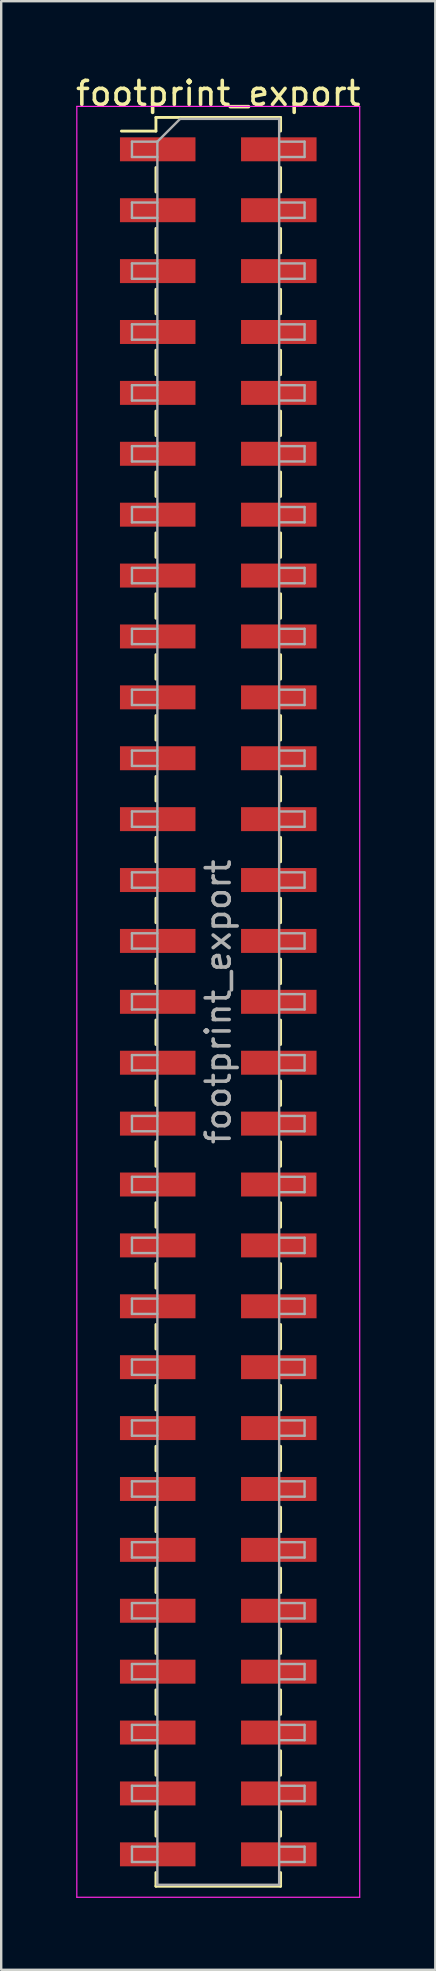
<source format=kicad_pcb>
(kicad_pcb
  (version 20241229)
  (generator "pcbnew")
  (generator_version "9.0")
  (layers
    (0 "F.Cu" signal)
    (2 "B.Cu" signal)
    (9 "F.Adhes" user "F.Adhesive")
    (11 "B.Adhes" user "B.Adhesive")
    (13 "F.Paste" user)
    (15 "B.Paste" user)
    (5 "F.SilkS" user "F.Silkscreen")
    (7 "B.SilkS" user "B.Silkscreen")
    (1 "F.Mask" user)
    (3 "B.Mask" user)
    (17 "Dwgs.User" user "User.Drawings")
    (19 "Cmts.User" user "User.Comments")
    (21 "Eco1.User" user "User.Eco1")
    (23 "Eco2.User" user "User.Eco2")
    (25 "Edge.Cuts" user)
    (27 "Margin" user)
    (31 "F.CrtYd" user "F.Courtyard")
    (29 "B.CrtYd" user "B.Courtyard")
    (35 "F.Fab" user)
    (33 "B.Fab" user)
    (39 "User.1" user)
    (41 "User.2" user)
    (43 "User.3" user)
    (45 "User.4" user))
  (footprint "footprint_export"
    (layer "F.Cu")
    (at 6.054 38.738)
    (property "Reference" "footprint_export" (at 0 -37.89 0) (layer "F.SilkS") (effects (font (size 1 1) (thickness 0.15))))
    (attr smd)
    (fp_line (start -4.04 -36.32) (end -2.6 -36.32) (stroke (width 0.12) (type solid)) (layer "F.SilkS"))
    (fp_line (start -2.6 -36.89) (end -2.6 -36.32) (stroke (width 0.12) (type solid)) (layer "F.SilkS"))
    (fp_line (start -2.6 -36.89) (end 2.6 -36.89) (stroke (width 0.12) (type solid)) (layer "F.SilkS"))
    (fp_line (start -2.6 -34.8) (end -2.6 -33.78) (stroke (width 0.12) (type solid)) (layer "F.SilkS"))
    (fp_line (start -2.6 -32.26) (end -2.6 -31.24) (stroke (width 0.12) (type solid)) (layer "F.SilkS"))
    (fp_line (start -2.6 -29.72) (end -2.6 -28.7) (stroke (width 0.12) (type solid)) (layer "F.SilkS"))
    (fp_line (start -2.6 -27.18) (end -2.6 -26.16) (stroke (width 0.12) (type solid)) (layer "F.SilkS"))
    (fp_line (start -2.6 -24.64) (end -2.6 -23.62) (stroke (width 0.12) (type solid)) (layer "F.SilkS"))
    (fp_line (start -2.6 -22.1) (end -2.6 -21.08) (stroke (width 0.12) (type solid)) (layer "F.SilkS"))
    (fp_line (start -2.6 -19.56) (end -2.6 -18.54) (stroke (width 0.12) (type solid)) (layer "F.SilkS"))
    (fp_line (start -2.6 -17.02) (end -2.6 -16) (stroke (width 0.12) (type solid)) (layer "F.SilkS"))
    (fp_line (start -2.6 -14.48) (end -2.6 -13.46) (stroke (width 0.12) (type solid)) (layer "F.SilkS"))
    (fp_line (start -2.6 -11.94) (end -2.6 -10.92) (stroke (width 0.12) (type solid)) (layer "F.SilkS"))
    (fp_line (start -2.6 -9.4) (end -2.6 -8.38) (stroke (width 0.12) (type solid)) (layer "F.SilkS"))
    (fp_line (start -2.6 -6.86) (end -2.6 -5.84) (stroke (width 0.12) (type solid)) (layer "F.SilkS"))
    (fp_line (start -2.6 -4.32) (end -2.6 -3.3) (stroke (width 0.12) (type solid)) (layer "F.SilkS"))
    (fp_line (start -2.6 -1.78) (end -2.6 -0.76) (stroke (width 0.12) (type solid)) (layer "F.SilkS"))
    (fp_line (start -2.6 0.76) (end -2.6 1.78) (stroke (width 0.12) (type solid)) (layer "F.SilkS"))
    (fp_line (start -2.6 3.3) (end -2.6 4.32) (stroke (width 0.12) (type solid)) (layer "F.SilkS"))
    (fp_line (start -2.6 5.84) (end -2.6 6.86) (stroke (width 0.12) (type solid)) (layer "F.SilkS"))
    (fp_line (start -2.6 8.38) (end -2.6 9.4) (stroke (width 0.12) (type solid)) (layer "F.SilkS"))
    (fp_line (start -2.6 10.92) (end -2.6 11.94) (stroke (width 0.12) (type solid)) (layer "F.SilkS"))
    (fp_line (start -2.6 13.46) (end -2.6 14.48) (stroke (width 0.12) (type solid)) (layer "F.SilkS"))
    (fp_line (start -2.6 16) (end -2.6 17.02) (stroke (width 0.12) (type solid)) (layer "F.SilkS"))
    (fp_line (start -2.6 18.54) (end -2.6 19.56) (stroke (width 0.12) (type solid)) (layer "F.SilkS"))
    (fp_line (start -2.6 21.08) (end -2.6 22.1) (stroke (width 0.12) (type solid)) (layer "F.SilkS"))
    (fp_line (start -2.6 23.62) (end -2.6 24.64) (stroke (width 0.12) (type solid)) (layer "F.SilkS"))
    (fp_line (start -2.6 26.16) (end -2.6 27.18) (stroke (width 0.12) (type solid)) (layer "F.SilkS"))
    (fp_line (start -2.6 28.7) (end -2.6 29.72) (stroke (width 0.12) (type solid)) (layer "F.SilkS"))
    (fp_line (start -2.6 31.24) (end -2.6 32.26) (stroke (width 0.12) (type solid)) (layer "F.SilkS"))
    (fp_line (start -2.6 33.78) (end -2.6 34.8) (stroke (width 0.12) (type solid)) (layer "F.SilkS"))
    (fp_line (start -2.6 36.32) (end -2.6 36.89) (stroke (width 0.12) (type solid)) (layer "F.SilkS"))
    (fp_line (start -2.6 36.89) (end 2.6 36.89) (stroke (width 0.12) (type solid)) (layer "F.SilkS"))
    (fp_line (start 2.6 -36.89) (end 2.6 -36.32) (stroke (width 0.12) (type solid)) (layer "F.SilkS"))
    (fp_line (start 2.6 -34.8) (end 2.6 -33.78) (stroke (width 0.12) (type solid)) (layer "F.SilkS"))
    (fp_line (start 2.6 -32.26) (end 2.6 -31.24) (stroke (width 0.12) (type solid)) (layer "F.SilkS"))
    (fp_line (start 2.6 -29.72) (end 2.6 -28.7) (stroke (width 0.12) (type solid)) (layer "F.SilkS"))
    (fp_line (start 2.6 -27.18) (end 2.6 -26.16) (stroke (width 0.12) (type solid)) (layer "F.SilkS"))
    (fp_line (start 2.6 -24.64) (end 2.6 -23.62) (stroke (width 0.12) (type solid)) (layer "F.SilkS"))
    (fp_line (start 2.6 -22.1) (end 2.6 -21.08) (stroke (width 0.12) (type solid)) (layer "F.SilkS"))
    (fp_line (start 2.6 -19.56) (end 2.6 -18.54) (stroke (width 0.12) (type solid)) (layer "F.SilkS"))
    (fp_line (start 2.6 -17.02) (end 2.6 -16) (stroke (width 0.12) (type solid)) (layer "F.SilkS"))
    (fp_line (start 2.6 -14.48) (end 2.6 -13.46) (stroke (width 0.12) (type solid)) (layer "F.SilkS"))
    (fp_line (start 2.6 -11.94) (end 2.6 -10.92) (stroke (width 0.12) (type solid)) (layer "F.SilkS"))
    (fp_line (start 2.6 -9.4) (end 2.6 -8.38) (stroke (width 0.12) (type solid)) (layer "F.SilkS"))
    (fp_line (start 2.6 -6.86) (end 2.6 -5.84) (stroke (width 0.12) (type solid)) (layer "F.SilkS"))
    (fp_line (start 2.6 -4.32) (end 2.6 -3.3) (stroke (width 0.12) (type solid)) (layer "F.SilkS"))
    (fp_line (start 2.6 -1.78) (end 2.6 -0.76) (stroke (width 0.12) (type solid)) (layer "F.SilkS"))
    (fp_line (start 2.6 0.76) (end 2.6 1.78) (stroke (width 0.12) (type solid)) (layer "F.SilkS"))
    (fp_line (start 2.6 3.3) (end 2.6 4.32) (stroke (width 0.12) (type solid)) (layer "F.SilkS"))
    (fp_line (start 2.6 5.84) (end 2.6 6.86) (stroke (width 0.12) (type solid)) (layer "F.SilkS"))
    (fp_line (start 2.6 8.38) (end 2.6 9.4) (stroke (width 0.12) (type solid)) (layer "F.SilkS"))
    (fp_line (start 2.6 10.92) (end 2.6 11.94) (stroke (width 0.12) (type solid)) (layer "F.SilkS"))
    (fp_line (start 2.6 13.46) (end 2.6 14.48) (stroke (width 0.12) (type solid)) (layer "F.SilkS"))
    (fp_line (start 2.6 16) (end 2.6 17.02) (stroke (width 0.12) (type solid)) (layer "F.SilkS"))
    (fp_line (start 2.6 18.54) (end 2.6 19.56) (stroke (width 0.12) (type solid)) (layer "F.SilkS"))
    (fp_line (start 2.6 21.08) (end 2.6 22.1) (stroke (width 0.12) (type solid)) (layer "F.SilkS"))
    (fp_line (start 2.6 23.62) (end 2.6 24.64) (stroke (width 0.12) (type solid)) (layer "F.SilkS"))
    (fp_line (start 2.6 26.16) (end 2.6 27.18) (stroke (width 0.12) (type solid)) (layer "F.SilkS"))
    (fp_line (start 2.6 28.7) (end 2.6 29.72) (stroke (width 0.12) (type solid)) (layer "F.SilkS"))
    (fp_line (start 2.6 31.24) (end 2.6 32.26) (stroke (width 0.12) (type solid)) (layer "F.SilkS"))
    (fp_line (start 2.6 33.78) (end 2.6 34.8) (stroke (width 0.12) (type solid)) (layer "F.SilkS"))
    (fp_line (start 2.6 36.32) (end 2.6 36.89) (stroke (width 0.12) (type solid)) (layer "F.SilkS"))
    (fp_line (start -5.9 -37.35) (end -5.9 37.35) (stroke (width 0.05) (type solid)) (layer "F.CrtYd"))
    (fp_line (start -5.9 37.35) (end 5.9 37.35) (stroke (width 0.05) (type solid)) (layer "F.CrtYd"))
    (fp_line (start 5.9 -37.35) (end -5.9 -37.35) (stroke (width 0.05) (type solid)) (layer "F.CrtYd"))
    (fp_line (start 5.9 37.35) (end 5.9 -37.35) (stroke (width 0.05) (type solid)) (layer "F.CrtYd"))
    (fp_line (start -3.6 -35.88) (end -3.6 -35.24) (stroke (width 0.1) (type solid)) (layer "F.Fab"))
    (fp_line (start -3.6 -35.24) (end -2.54 -35.24) (stroke (width 0.1) (type solid)) (layer "F.Fab"))
    (fp_line (start -3.6 -33.34) (end -3.6 -32.7) (stroke (width 0.1) (type solid)) (layer "F.Fab"))
    (fp_line (start -3.6 -32.7) (end -2.54 -32.7) (stroke (width 0.1) (type solid)) (layer "F.Fab"))
    (fp_line (start -3.6 -30.8) (end -3.6 -30.16) (stroke (width 0.1) (type solid)) (layer "F.Fab"))
    (fp_line (start -3.6 -30.16) (end -2.54 -30.16) (stroke (width 0.1) (type solid)) (layer "F.Fab"))
    (fp_line (start -3.6 -28.26) (end -3.6 -27.62) (stroke (width 0.1) (type solid)) (layer "F.Fab"))
    (fp_line (start -3.6 -27.62) (end -2.54 -27.62) (stroke (width 0.1) (type solid)) (layer "F.Fab"))
    (fp_line (start -3.6 -25.72) (end -3.6 -25.08) (stroke (width 0.1) (type solid)) (layer "F.Fab"))
    (fp_line (start -3.6 -25.08) (end -2.54 -25.08) (stroke (width 0.1) (type solid)) (layer "F.Fab"))
    (fp_line (start -3.6 -23.18) (end -3.6 -22.54) (stroke (width 0.1) (type solid)) (layer "F.Fab"))
    (fp_line (start -3.6 -22.54) (end -2.54 -22.54) (stroke (width 0.1) (type solid)) (layer "F.Fab"))
    (fp_line (start -3.6 -20.64) (end -3.6 -20) (stroke (width 0.1) (type solid)) (layer "F.Fab"))
    (fp_line (start -3.6 -20) (end -2.54 -20) (stroke (width 0.1) (type solid)) (layer "F.Fab"))
    (fp_line (start -3.6 -18.1) (end -3.6 -17.46) (stroke (width 0.1) (type solid)) (layer "F.Fab"))
    (fp_line (start -3.6 -17.46) (end -2.54 -17.46) (stroke (width 0.1) (type solid)) (layer "F.Fab"))
    (fp_line (start -3.6 -15.56) (end -3.6 -14.92) (stroke (width 0.1) (type solid)) (layer "F.Fab"))
    (fp_line (start -3.6 -14.92) (end -2.54 -14.92) (stroke (width 0.1) (type solid)) (layer "F.Fab"))
    (fp_line (start -3.6 -13.02) (end -3.6 -12.38) (stroke (width 0.1) (type solid)) (layer "F.Fab"))
    (fp_line (start -3.6 -12.38) (end -2.54 -12.38) (stroke (width 0.1) (type solid)) (layer "F.Fab"))
    (fp_line (start -3.6 -10.48) (end -3.6 -9.84) (stroke (width 0.1) (type solid)) (layer "F.Fab"))
    (fp_line (start -3.6 -9.84) (end -2.54 -9.84) (stroke (width 0.1) (type solid)) (layer "F.Fab"))
    (fp_line (start -3.6 -7.94) (end -3.6 -7.3) (stroke (width 0.1) (type solid)) (layer "F.Fab"))
    (fp_line (start -3.6 -7.3) (end -2.54 -7.3) (stroke (width 0.1) (type solid)) (layer "F.Fab"))
    (fp_line (start -3.6 -5.4) (end -3.6 -4.76) (stroke (width 0.1) (type solid)) (layer "F.Fab"))
    (fp_line (start -3.6 -4.76) (end -2.54 -4.76) (stroke (width 0.1) (type solid)) (layer "F.Fab"))
    (fp_line (start -3.6 -2.86) (end -3.6 -2.22) (stroke (width 0.1) (type solid)) (layer "F.Fab"))
    (fp_line (start -3.6 -2.22) (end -2.54 -2.22) (stroke (width 0.1) (type solid)) (layer "F.Fab"))
    (fp_line (start -3.6 -0.32) (end -3.6 0.32) (stroke (width 0.1) (type solid)) (layer "F.Fab"))
    (fp_line (start -3.6 0.32) (end -2.54 0.32) (stroke (width 0.1) (type solid)) (layer "F.Fab"))
    (fp_line (start -3.6 2.22) (end -3.6 2.86) (stroke (width 0.1) (type solid)) (layer "F.Fab"))
    (fp_line (start -3.6 2.86) (end -2.54 2.86) (stroke (width 0.1) (type solid)) (layer "F.Fab"))
    (fp_line (start -3.6 4.76) (end -3.6 5.4) (stroke (width 0.1) (type solid)) (layer "F.Fab"))
    (fp_line (start -3.6 5.4) (end -2.54 5.4) (stroke (width 0.1) (type solid)) (layer "F.Fab"))
    (fp_line (start -3.6 7.3) (end -3.6 7.94) (stroke (width 0.1) (type solid)) (layer "F.Fab"))
    (fp_line (start -3.6 7.94) (end -2.54 7.94) (stroke (width 0.1) (type solid)) (layer "F.Fab"))
    (fp_line (start -3.6 9.84) (end -3.6 10.48) (stroke (width 0.1) (type solid)) (layer "F.Fab"))
    (fp_line (start -3.6 10.48) (end -2.54 10.48) (stroke (width 0.1) (type solid)) (layer "F.Fab"))
    (fp_line (start -3.6 12.38) (end -3.6 13.02) (stroke (width 0.1) (type solid)) (layer "F.Fab"))
    (fp_line (start -3.6 13.02) (end -2.54 13.02) (stroke (width 0.1) (type solid)) (layer "F.Fab"))
    (fp_line (start -3.6 14.92) (end -3.6 15.56) (stroke (width 0.1) (type solid)) (layer "F.Fab"))
    (fp_line (start -3.6 15.56) (end -2.54 15.56) (stroke (width 0.1) (type solid)) (layer "F.Fab"))
    (fp_line (start -3.6 17.46) (end -3.6 18.1) (stroke (width 0.1) (type solid)) (layer "F.Fab"))
    (fp_line (start -3.6 18.1) (end -2.54 18.1) (stroke (width 0.1) (type solid)) (layer "F.Fab"))
    (fp_line (start -3.6 20) (end -3.6 20.64) (stroke (width 0.1) (type solid)) (layer "F.Fab"))
    (fp_line (start -3.6 20.64) (end -2.54 20.64) (stroke (width 0.1) (type solid)) (layer "F.Fab"))
    (fp_line (start -3.6 22.54) (end -3.6 23.18) (stroke (width 0.1) (type solid)) (layer "F.Fab"))
    (fp_line (start -3.6 23.18) (end -2.54 23.18) (stroke (width 0.1) (type solid)) (layer "F.Fab"))
    (fp_line (start -3.6 25.08) (end -3.6 25.72) (stroke (width 0.1) (type solid)) (layer "F.Fab"))
    (fp_line (start -3.6 25.72) (end -2.54 25.72) (stroke (width 0.1) (type solid)) (layer "F.Fab"))
    (fp_line (start -3.6 27.62) (end -3.6 28.26) (stroke (width 0.1) (type solid)) (layer "F.Fab"))
    (fp_line (start -3.6 28.26) (end -2.54 28.26) (stroke (width 0.1) (type solid)) (layer "F.Fab"))
    (fp_line (start -3.6 30.16) (end -3.6 30.8) (stroke (width 0.1) (type solid)) (layer "F.Fab"))
    (fp_line (start -3.6 30.8) (end -2.54 30.8) (stroke (width 0.1) (type solid)) (layer "F.Fab"))
    (fp_line (start -3.6 32.7) (end -3.6 33.34) (stroke (width 0.1) (type solid)) (layer "F.Fab"))
    (fp_line (start -3.6 33.34) (end -2.54 33.34) (stroke (width 0.1) (type solid)) (layer "F.Fab"))
    (fp_line (start -3.6 35.24) (end -3.6 35.88) (stroke (width 0.1) (type solid)) (layer "F.Fab"))
    (fp_line (start -3.6 35.88) (end -2.54 35.88) (stroke (width 0.1) (type solid)) (layer "F.Fab"))
    (fp_line (start -2.54 -35.88) (end -3.6 -35.88) (stroke (width 0.1) (type solid)) (layer "F.Fab"))
    (fp_line (start -2.54 -35.88) (end -1.59 -36.83) (stroke (width 0.1) (type solid)) (layer "F.Fab"))
    (fp_line (start -2.54 -33.34) (end -3.6 -33.34) (stroke (width 0.1) (type solid)) (layer "F.Fab"))
    (fp_line (start -2.54 -30.8) (end -3.6 -30.8) (stroke (width 0.1) (type solid)) (layer "F.Fab"))
    (fp_line (start -2.54 -28.26) (end -3.6 -28.26) (stroke (width 0.1) (type solid)) (layer "F.Fab"))
    (fp_line (start -2.54 -25.72) (end -3.6 -25.72) (stroke (width 0.1) (type solid)) (layer "F.Fab"))
    (fp_line (start -2.54 -23.18) (end -3.6 -23.18) (stroke (width 0.1) (type solid)) (layer "F.Fab"))
    (fp_line (start -2.54 -20.64) (end -3.6 -20.64) (stroke (width 0.1) (type solid)) (layer "F.Fab"))
    (fp_line (start -2.54 -18.1) (end -3.6 -18.1) (stroke (width 0.1) (type solid)) (layer "F.Fab"))
    (fp_line (start -2.54 -15.56) (end -3.6 -15.56) (stroke (width 0.1) (type solid)) (layer "F.Fab"))
    (fp_line (start -2.54 -13.02) (end -3.6 -13.02) (stroke (width 0.1) (type solid)) (layer "F.Fab"))
    (fp_line (start -2.54 -10.48) (end -3.6 -10.48) (stroke (width 0.1) (type solid)) (layer "F.Fab"))
    (fp_line (start -2.54 -7.94) (end -3.6 -7.94) (stroke (width 0.1) (type solid)) (layer "F.Fab"))
    (fp_line (start -2.54 -5.4) (end -3.6 -5.4) (stroke (width 0.1) (type solid)) (layer "F.Fab"))
    (fp_line (start -2.54 -2.86) (end -3.6 -2.86) (stroke (width 0.1) (type solid)) (layer "F.Fab"))
    (fp_line (start -2.54 -0.32) (end -3.6 -0.32) (stroke (width 0.1) (type solid)) (layer "F.Fab"))
    (fp_line (start -2.54 2.22) (end -3.6 2.22) (stroke (width 0.1) (type solid)) (layer "F.Fab"))
    (fp_line (start -2.54 4.76) (end -3.6 4.76) (stroke (width 0.1) (type solid)) (layer "F.Fab"))
    (fp_line (start -2.54 7.3) (end -3.6 7.3) (stroke (width 0.1) (type solid)) (layer "F.Fab"))
    (fp_line (start -2.54 9.84) (end -3.6 9.84) (stroke (width 0.1) (type solid)) (layer "F.Fab"))
    (fp_line (start -2.54 12.38) (end -3.6 12.38) (stroke (width 0.1) (type solid)) (layer "F.Fab"))
    (fp_line (start -2.54 14.92) (end -3.6 14.92) (stroke (width 0.1) (type solid)) (layer "F.Fab"))
    (fp_line (start -2.54 17.46) (end -3.6 17.46) (stroke (width 0.1) (type solid)) (layer "F.Fab"))
    (fp_line (start -2.54 20) (end -3.6 20) (stroke (width 0.1) (type solid)) (layer "F.Fab"))
    (fp_line (start -2.54 22.54) (end -3.6 22.54) (stroke (width 0.1) (type solid)) (layer "F.Fab"))
    (fp_line (start -2.54 25.08) (end -3.6 25.08) (stroke (width 0.1) (type solid)) (layer "F.Fab"))
    (fp_line (start -2.54 27.62) (end -3.6 27.62) (stroke (width 0.1) (type solid)) (layer "F.Fab"))
    (fp_line (start -2.54 30.16) (end -3.6 30.16) (stroke (width 0.1) (type solid)) (layer "F.Fab"))
    (fp_line (start -2.54 32.7) (end -3.6 32.7) (stroke (width 0.1) (type solid)) (layer "F.Fab"))
    (fp_line (start -2.54 35.24) (end -3.6 35.24) (stroke (width 0.1) (type solid)) (layer "F.Fab"))
    (fp_line (start -2.54 36.83) (end -2.54 -35.88) (stroke (width 0.1) (type solid)) (layer "F.Fab"))
    (fp_line (start -1.59 -36.83) (end 2.54 -36.83) (stroke (width 0.1) (type solid)) (layer "F.Fab"))
    (fp_line (start 2.54 -36.83) (end 2.54 36.83) (stroke (width 0.1) (type solid)) (layer "F.Fab"))
    (fp_line (start 2.54 -35.88) (end 3.6 -35.88) (stroke (width 0.1) (type solid)) (layer "F.Fab"))
    (fp_line (start 2.54 -33.34) (end 3.6 -33.34) (stroke (width 0.1) (type solid)) (layer "F.Fab"))
    (fp_line (start 2.54 -30.8) (end 3.6 -30.8) (stroke (width 0.1) (type solid)) (layer "F.Fab"))
    (fp_line (start 2.54 -28.26) (end 3.6 -28.26) (stroke (width 0.1) (type solid)) (layer "F.Fab"))
    (fp_line (start 2.54 -25.72) (end 3.6 -25.72) (stroke (width 0.1) (type solid)) (layer "F.Fab"))
    (fp_line (start 2.54 -23.18) (end 3.6 -23.18) (stroke (width 0.1) (type solid)) (layer "F.Fab"))
    (fp_line (start 2.54 -20.64) (end 3.6 -20.64) (stroke (width 0.1) (type solid)) (layer "F.Fab"))
    (fp_line (start 2.54 -18.1) (end 3.6 -18.1) (stroke (width 0.1) (type solid)) (layer "F.Fab"))
    (fp_line (start 2.54 -15.56) (end 3.6 -15.56) (stroke (width 0.1) (type solid)) (layer "F.Fab"))
    (fp_line (start 2.54 -13.02) (end 3.6 -13.02) (stroke (width 0.1) (type solid)) (layer "F.Fab"))
    (fp_line (start 2.54 -10.48) (end 3.6 -10.48) (stroke (width 0.1) (type solid)) (layer "F.Fab"))
    (fp_line (start 2.54 -7.94) (end 3.6 -7.94) (stroke (width 0.1) (type solid)) (layer "F.Fab"))
    (fp_line (start 2.54 -5.4) (end 3.6 -5.4) (stroke (width 0.1) (type solid)) (layer "F.Fab"))
    (fp_line (start 2.54 -2.86) (end 3.6 -2.86) (stroke (width 0.1) (type solid)) (layer "F.Fab"))
    (fp_line (start 2.54 -0.32) (end 3.6 -0.32) (stroke (width 0.1) (type solid)) (layer "F.Fab"))
    (fp_line (start 2.54 2.22) (end 3.6 2.22) (stroke (width 0.1) (type solid)) (layer "F.Fab"))
    (fp_line (start 2.54 4.76) (end 3.6 4.76) (stroke (width 0.1) (type solid)) (layer "F.Fab"))
    (fp_line (start 2.54 7.3) (end 3.6 7.3) (stroke (width 0.1) (type solid)) (layer "F.Fab"))
    (fp_line (start 2.54 9.84) (end 3.6 9.84) (stroke (width 0.1) (type solid)) (layer "F.Fab"))
    (fp_line (start 2.54 12.38) (end 3.6 12.38) (stroke (width 0.1) (type solid)) (layer "F.Fab"))
    (fp_line (start 2.54 14.92) (end 3.6 14.92) (stroke (width 0.1) (type solid)) (layer "F.Fab"))
    (fp_line (start 2.54 17.46) (end 3.6 17.46) (stroke (width 0.1) (type solid)) (layer "F.Fab"))
    (fp_line (start 2.54 20) (end 3.6 20) (stroke (width 0.1) (type solid)) (layer "F.Fab"))
    (fp_line (start 2.54 22.54) (end 3.6 22.54) (stroke (width 0.1) (type solid)) (layer "F.Fab"))
    (fp_line (start 2.54 25.08) (end 3.6 25.08) (stroke (width 0.1) (type solid)) (layer "F.Fab"))
    (fp_line (start 2.54 27.62) (end 3.6 27.62) (stroke (width 0.1) (type solid)) (layer "F.Fab"))
    (fp_line (start 2.54 30.16) (end 3.6 30.16) (stroke (width 0.1) (type solid)) (layer "F.Fab"))
    (fp_line (start 2.54 32.7) (end 3.6 32.7) (stroke (width 0.1) (type solid)) (layer "F.Fab"))
    (fp_line (start 2.54 35.24) (end 3.6 35.24) (stroke (width 0.1) (type solid)) (layer "F.Fab"))
    (fp_line (start 2.54 36.83) (end -2.54 36.83) (stroke (width 0.1) (type solid)) (layer "F.Fab"))
    (fp_line (start 3.6 -35.88) (end 3.6 -35.24) (stroke (width 0.1) (type solid)) (layer "F.Fab"))
    (fp_line (start 3.6 -35.24) (end 2.54 -35.24) (stroke (width 0.1) (type solid)) (layer "F.Fab"))
    (fp_line (start 3.6 -33.34) (end 3.6 -32.7) (stroke (width 0.1) (type solid)) (layer "F.Fab"))
    (fp_line (start 3.6 -32.7) (end 2.54 -32.7) (stroke (width 0.1) (type solid)) (layer "F.Fab"))
    (fp_line (start 3.6 -30.8) (end 3.6 -30.16) (stroke (width 0.1) (type solid)) (layer "F.Fab"))
    (fp_line (start 3.6 -30.16) (end 2.54 -30.16) (stroke (width 0.1) (type solid)) (layer "F.Fab"))
    (fp_line (start 3.6 -28.26) (end 3.6 -27.62) (stroke (width 0.1) (type solid)) (layer "F.Fab"))
    (fp_line (start 3.6 -27.62) (end 2.54 -27.62) (stroke (width 0.1) (type solid)) (layer "F.Fab"))
    (fp_line (start 3.6 -25.72) (end 3.6 -25.08) (stroke (width 0.1) (type solid)) (layer "F.Fab"))
    (fp_line (start 3.6 -25.08) (end 2.54 -25.08) (stroke (width 0.1) (type solid)) (layer "F.Fab"))
    (fp_line (start 3.6 -23.18) (end 3.6 -22.54) (stroke (width 0.1) (type solid)) (layer "F.Fab"))
    (fp_line (start 3.6 -22.54) (end 2.54 -22.54) (stroke (width 0.1) (type solid)) (layer "F.Fab"))
    (fp_line (start 3.6 -20.64) (end 3.6 -20) (stroke (width 0.1) (type solid)) (layer "F.Fab"))
    (fp_line (start 3.6 -20) (end 2.54 -20) (stroke (width 0.1) (type solid)) (layer "F.Fab"))
    (fp_line (start 3.6 -18.1) (end 3.6 -17.46) (stroke (width 0.1) (type solid)) (layer "F.Fab"))
    (fp_line (start 3.6 -17.46) (end 2.54 -17.46) (stroke (width 0.1) (type solid)) (layer "F.Fab"))
    (fp_line (start 3.6 -15.56) (end 3.6 -14.92) (stroke (width 0.1) (type solid)) (layer "F.Fab"))
    (fp_line (start 3.6 -14.92) (end 2.54 -14.92) (stroke (width 0.1) (type solid)) (layer "F.Fab"))
    (fp_line (start 3.6 -13.02) (end 3.6 -12.38) (stroke (width 0.1) (type solid)) (layer "F.Fab"))
    (fp_line (start 3.6 -12.38) (end 2.54 -12.38) (stroke (width 0.1) (type solid)) (layer "F.Fab"))
    (fp_line (start 3.6 -10.48) (end 3.6 -9.84) (stroke (width 0.1) (type solid)) (layer "F.Fab"))
    (fp_line (start 3.6 -9.84) (end 2.54 -9.84) (stroke (width 0.1) (type solid)) (layer "F.Fab"))
    (fp_line (start 3.6 -7.94) (end 3.6 -7.3) (stroke (width 0.1) (type solid)) (layer "F.Fab"))
    (fp_line (start 3.6 -7.3) (end 2.54 -7.3) (stroke (width 0.1) (type solid)) (layer "F.Fab"))
    (fp_line (start 3.6 -5.4) (end 3.6 -4.76) (stroke (width 0.1) (type solid)) (layer "F.Fab"))
    (fp_line (start 3.6 -4.76) (end 2.54 -4.76) (stroke (width 0.1) (type solid)) (layer "F.Fab"))
    (fp_line (start 3.6 -2.86) (end 3.6 -2.22) (stroke (width 0.1) (type solid)) (layer "F.Fab"))
    (fp_line (start 3.6 -2.22) (end 2.54 -2.22) (stroke (width 0.1) (type solid)) (layer "F.Fab"))
    (fp_line (start 3.6 -0.32) (end 3.6 0.32) (stroke (width 0.1) (type solid)) (layer "F.Fab"))
    (fp_line (start 3.6 0.32) (end 2.54 0.32) (stroke (width 0.1) (type solid)) (layer "F.Fab"))
    (fp_line (start 3.6 2.22) (end 3.6 2.86) (stroke (width 0.1) (type solid)) (layer "F.Fab"))
    (fp_line (start 3.6 2.86) (end 2.54 2.86) (stroke (width 0.1) (type solid)) (layer "F.Fab"))
    (fp_line (start 3.6 4.76) (end 3.6 5.4) (stroke (width 0.1) (type solid)) (layer "F.Fab"))
    (fp_line (start 3.6 5.4) (end 2.54 5.4) (stroke (width 0.1) (type solid)) (layer "F.Fab"))
    (fp_line (start 3.6 7.3) (end 3.6 7.94) (stroke (width 0.1) (type solid)) (layer "F.Fab"))
    (fp_line (start 3.6 7.94) (end 2.54 7.94) (stroke (width 0.1) (type solid)) (layer "F.Fab"))
    (fp_line (start 3.6 9.84) (end 3.6 10.48) (stroke (width 0.1) (type solid)) (layer "F.Fab"))
    (fp_line (start 3.6 10.48) (end 2.54 10.48) (stroke (width 0.1) (type solid)) (layer "F.Fab"))
    (fp_line (start 3.6 12.38) (end 3.6 13.02) (stroke (width 0.1) (type solid)) (layer "F.Fab"))
    (fp_line (start 3.6 13.02) (end 2.54 13.02) (stroke (width 0.1) (type solid)) (layer "F.Fab"))
    (fp_line (start 3.6 14.92) (end 3.6 15.56) (stroke (width 0.1) (type solid)) (layer "F.Fab"))
    (fp_line (start 3.6 15.56) (end 2.54 15.56) (stroke (width 0.1) (type solid)) (layer "F.Fab"))
    (fp_line (start 3.6 17.46) (end 3.6 18.1) (stroke (width 0.1) (type solid)) (layer "F.Fab"))
    (fp_line (start 3.6 18.1) (end 2.54 18.1) (stroke (width 0.1) (type solid)) (layer "F.Fab"))
    (fp_line (start 3.6 20) (end 3.6 20.64) (stroke (width 0.1) (type solid)) (layer "F.Fab"))
    (fp_line (start 3.6 20.64) (end 2.54 20.64) (stroke (width 0.1) (type solid)) (layer "F.Fab"))
    (fp_line (start 3.6 22.54) (end 3.6 23.18) (stroke (width 0.1) (type solid)) (layer "F.Fab"))
    (fp_line (start 3.6 23.18) (end 2.54 23.18) (stroke (width 0.1) (type solid)) (layer "F.Fab"))
    (fp_line (start 3.6 25.08) (end 3.6 25.72) (stroke (width 0.1) (type solid)) (layer "F.Fab"))
    (fp_line (start 3.6 25.72) (end 2.54 25.72) (stroke (width 0.1) (type solid)) (layer "F.Fab"))
    (fp_line (start 3.6 27.62) (end 3.6 28.26) (stroke (width 0.1) (type solid)) (layer "F.Fab"))
    (fp_line (start 3.6 28.26) (end 2.54 28.26) (stroke (width 0.1) (type solid)) (layer "F.Fab"))
    (fp_line (start 3.6 30.16) (end 3.6 30.8) (stroke (width 0.1) (type solid)) (layer "F.Fab"))
    (fp_line (start 3.6 30.8) (end 2.54 30.8) (stroke (width 0.1) (type solid)) (layer "F.Fab"))
    (fp_line (start 3.6 32.7) (end 3.6 33.34) (stroke (width 0.1) (type solid)) (layer "F.Fab"))
    (fp_line (start 3.6 33.34) (end 2.54 33.34) (stroke (width 0.1) (type solid)) (layer "F.Fab"))
    (fp_line (start 3.6 35.24) (end 3.6 35.88) (stroke (width 0.1) (type solid)) (layer "F.Fab"))
    (fp_line (start 3.6 35.88) (end 2.54 35.88) (stroke (width 0.1) (type solid)) (layer "F.Fab"))
    (fp_text user "${REFERENCE}" (at 0 0 90) (layer "F.Fab") (effects (font (size 1 1) (thickness 0.15))))
    (pad "1" smd rect (at -2.525 -35.56) (size 3.15 1) (layers "F.Cu" "F.Mask" "F.Paste"))
    (pad "2" smd rect (at 2.525 -35.56) (size 3.15 1) (layers "F.Cu" "F.Mask" "F.Paste"))
    (pad "3" smd rect (at -2.525 -33.02) (size 3.15 1) (layers "F.Cu" "F.Mask" "F.Paste"))
    (pad "4" smd rect (at 2.525 -33.02) (size 3.15 1) (layers "F.Cu" "F.Mask" "F.Paste"))
    (pad "5" smd rect (at -2.525 -30.48) (size 3.15 1) (layers "F.Cu" "F.Mask" "F.Paste"))
    (pad "6" smd rect (at 2.525 -30.48) (size 3.15 1) (layers "F.Cu" "F.Mask" "F.Paste"))
    (pad "7" smd rect (at -2.525 -27.94) (size 3.15 1) (layers "F.Cu" "F.Mask" "F.Paste"))
    (pad "8" smd rect (at 2.525 -27.94) (size 3.15 1) (layers "F.Cu" "F.Mask" "F.Paste"))
    (pad "9" smd rect (at -2.525 -25.4) (size 3.15 1) (layers "F.Cu" "F.Mask" "F.Paste"))
    (pad "10" smd rect (at 2.525 -25.4) (size 3.15 1) (layers "F.Cu" "F.Mask" "F.Paste"))
    (pad "11" smd rect (at -2.525 -22.86) (size 3.15 1) (layers "F.Cu" "F.Mask" "F.Paste"))
    (pad "12" smd rect (at 2.525 -22.86) (size 3.15 1) (layers "F.Cu" "F.Mask" "F.Paste"))
    (pad "13" smd rect (at -2.525 -20.32) (size 3.15 1) (layers "F.Cu" "F.Mask" "F.Paste"))
    (pad "14" smd rect (at 2.525 -20.32) (size 3.15 1) (layers "F.Cu" "F.Mask" "F.Paste"))
    (pad "15" smd rect (at -2.525 -17.78) (size 3.15 1) (layers "F.Cu" "F.Mask" "F.Paste"))
    (pad "16" smd rect (at 2.525 -17.78) (size 3.15 1) (layers "F.Cu" "F.Mask" "F.Paste"))
    (pad "17" smd rect (at -2.525 -15.24) (size 3.15 1) (layers "F.Cu" "F.Mask" "F.Paste"))
    (pad "18" smd rect (at 2.525 -15.24) (size 3.15 1) (layers "F.Cu" "F.Mask" "F.Paste"))
    (pad "19" smd rect (at -2.525 -12.7) (size 3.15 1) (layers "F.Cu" "F.Mask" "F.Paste"))
    (pad "20" smd rect (at 2.525 -12.7) (size 3.15 1) (layers "F.Cu" "F.Mask" "F.Paste"))
    (pad "21" smd rect (at -2.525 -10.16) (size 3.15 1) (layers "F.Cu" "F.Mask" "F.Paste"))
    (pad "22" smd rect (at 2.525 -10.16) (size 3.15 1) (layers "F.Cu" "F.Mask" "F.Paste"))
    (pad "23" smd rect (at -2.525 -7.62) (size 3.15 1) (layers "F.Cu" "F.Mask" "F.Paste"))
    (pad "24" smd rect (at 2.525 -7.62) (size 3.15 1) (layers "F.Cu" "F.Mask" "F.Paste"))
    (pad "25" smd rect (at -2.525 -5.08) (size 3.15 1) (layers "F.Cu" "F.Mask" "F.Paste"))
    (pad "26" smd rect (at 2.525 -5.08) (size 3.15 1) (layers "F.Cu" "F.Mask" "F.Paste"))
    (pad "27" smd rect (at -2.525 -2.54) (size 3.15 1) (layers "F.Cu" "F.Mask" "F.Paste"))
    (pad "28" smd rect (at 2.525 -2.54) (size 3.15 1) (layers "F.Cu" "F.Mask" "F.Paste"))
    (pad "29" smd rect (at -2.525 0) (size 3.15 1) (layers "F.Cu" "F.Mask" "F.Paste"))
    (pad "30" smd rect (at 2.525 0) (size 3.15 1) (layers "F.Cu" "F.Mask" "F.Paste"))
    (pad "31" smd rect (at -2.525 2.54) (size 3.15 1) (layers "F.Cu" "F.Mask" "F.Paste"))
    (pad "32" smd rect (at 2.525 2.54) (size 3.15 1) (layers "F.Cu" "F.Mask" "F.Paste"))
    (pad "33" smd rect (at -2.525 5.08) (size 3.15 1) (layers "F.Cu" "F.Mask" "F.Paste"))
    (pad "34" smd rect (at 2.525 5.08) (size 3.15 1) (layers "F.Cu" "F.Mask" "F.Paste"))
    (pad "35" smd rect (at -2.525 7.62) (size 3.15 1) (layers "F.Cu" "F.Mask" "F.Paste"))
    (pad "36" smd rect (at 2.525 7.62) (size 3.15 1) (layers "F.Cu" "F.Mask" "F.Paste"))
    (pad "37" smd rect (at -2.525 10.16) (size 3.15 1) (layers "F.Cu" "F.Mask" "F.Paste"))
    (pad "38" smd rect (at 2.525 10.16) (size 3.15 1) (layers "F.Cu" "F.Mask" "F.Paste"))
    (pad "39" smd rect (at -2.525 12.7) (size 3.15 1) (layers "F.Cu" "F.Mask" "F.Paste"))
    (pad "40" smd rect (at 2.525 12.7) (size 3.15 1) (layers "F.Cu" "F.Mask" "F.Paste"))
    (pad "41" smd rect (at -2.525 15.24) (size 3.15 1) (layers "F.Cu" "F.Mask" "F.Paste"))
    (pad "42" smd rect (at 2.525 15.24) (size 3.15 1) (layers "F.Cu" "F.Mask" "F.Paste"))
    (pad "43" smd rect (at -2.525 17.78) (size 3.15 1) (layers "F.Cu" "F.Mask" "F.Paste"))
    (pad "44" smd rect (at 2.525 17.78) (size 3.15 1) (layers "F.Cu" "F.Mask" "F.Paste"))
    (pad "45" smd rect (at -2.525 20.32) (size 3.15 1) (layers "F.Cu" "F.Mask" "F.Paste"))
    (pad "46" smd rect (at 2.525 20.32) (size 3.15 1) (layers "F.Cu" "F.Mask" "F.Paste"))
    (pad "47" smd rect (at -2.525 22.86) (size 3.15 1) (layers "F.Cu" "F.Mask" "F.Paste"))
    (pad "48" smd rect (at 2.525 22.86) (size 3.15 1) (layers "F.Cu" "F.Mask" "F.Paste"))
    (pad "49" smd rect (at -2.525 25.4) (size 3.15 1) (layers "F.Cu" "F.Mask" "F.Paste"))
    (pad "50" smd rect (at 2.525 25.4) (size 3.15 1) (layers "F.Cu" "F.Mask" "F.Paste"))
    (pad "51" smd rect (at -2.525 27.94) (size 3.15 1) (layers "F.Cu" "F.Mask" "F.Paste"))
    (pad "52" smd rect (at 2.525 27.94) (size 3.15 1) (layers "F.Cu" "F.Mask" "F.Paste"))
    (pad "53" smd rect (at -2.525 30.48) (size 3.15 1) (layers "F.Cu" "F.Mask" "F.Paste"))
    (pad "54" smd rect (at 2.525 30.48) (size 3.15 1) (layers "F.Cu" "F.Mask" "F.Paste"))
    (pad "55" smd rect (at -2.525 33.02) (size 3.15 1) (layers "F.Cu" "F.Mask" "F.Paste"))
    (pad "56" smd rect (at 2.525 33.02) (size 3.15 1) (layers "F.Cu" "F.Mask" "F.Paste"))
    (pad "57" smd rect (at -2.525 35.56) (size 3.15 1) (layers "F.Cu" "F.Mask" "F.Paste"))
    (pad "58" smd rect (at 2.525 35.56) (size 3.15 1) (layers "F.Cu" "F.Mask" "F.Paste")))
  (gr_rect
    (start -3 -3)
    (end 15.107 79.113)
    (stroke (width 0.1) (type default))
    (fill no)
    (layer "Edge.Cuts")))
</source>
